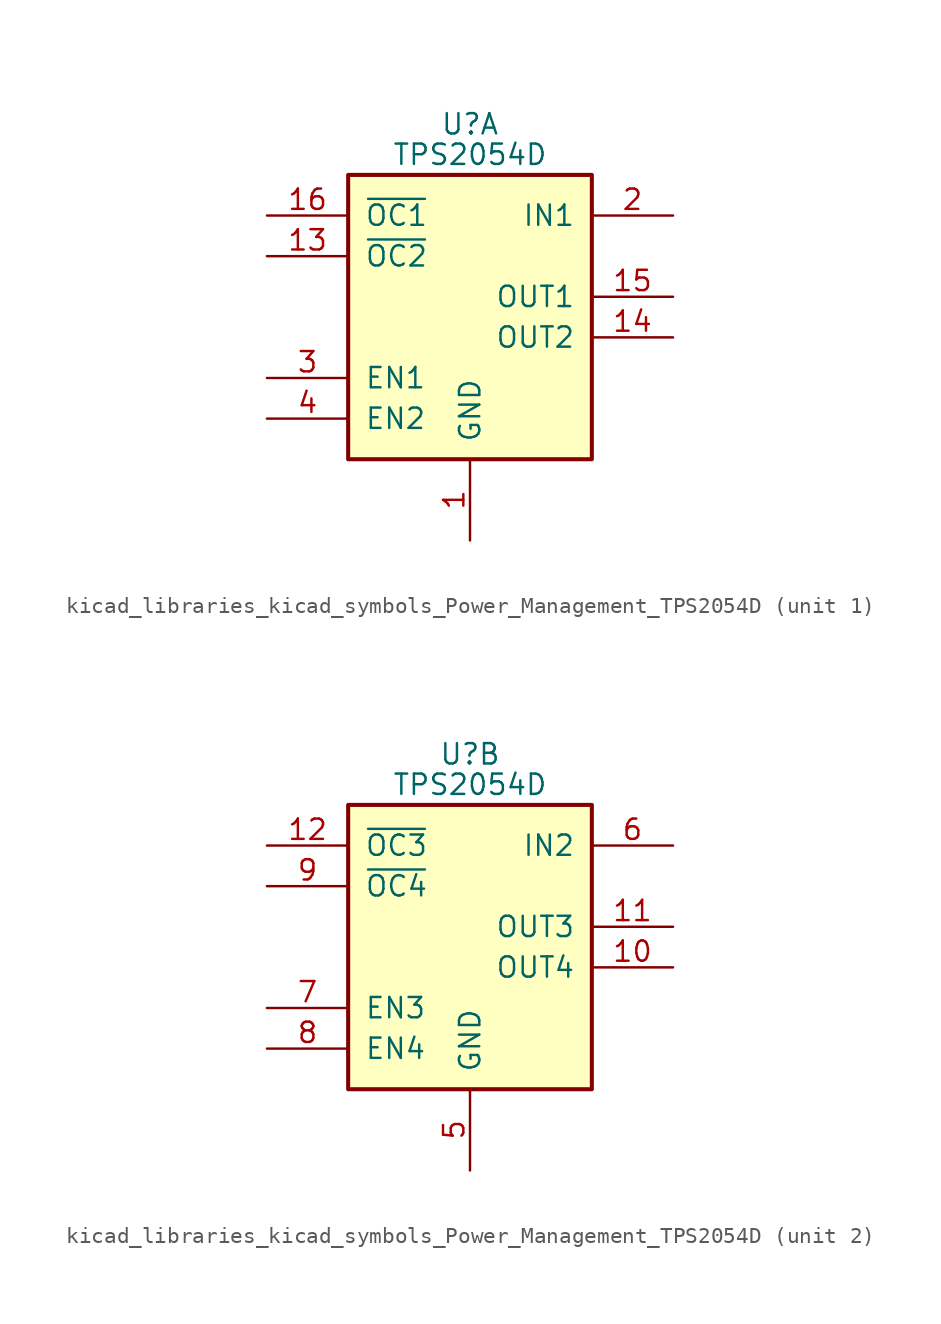
<source format=kicad_sym>
(kicad_symbol_lib
  (version 20220914)
  (generator kicad_symbol_editor)
  (symbol "kicad_libraries_kicad_symbols_Power_Management_TPS2054D"
    (pin_names
      (offset 1.016))
    (property "Reference" "U"
      (at 0 10.795 0)
      (effects (font (size 1.27 1.27))))
    (property "Value" "TPS2054D"
      (at 0 8.89 0)
      (effects (font (size 1.27 1.27))))
    (property "ki_locked" ""
      (at 0 0 0)
      (effects (font (size 1.27 1.27))))
    (symbol "kicad_libraries_kicad_symbols_Power_Management_TPS2054D_0_1"
      (rectangle (start -7.62 7.62) (end 7.62 -10.16) (stroke (width 0.254) (type default)) (fill (type background))))
    (symbol "kicad_libraries_kicad_symbols_Power_Management_TPS2054D_1_1"
      (pin power_in line (at 0 -15.24 90) (length 5.08) (name "GND" (effects (font (size 1.27 1.27)))) (number "1" (effects (font (size 1.27 1.27)))))
      (pin open_collector line (at -12.7 2.54 0) (length 5.08) (name "~{OC2}" (effects (font (size 1.27 1.27)))) (number "13" (effects (font (size 1.27 1.27)))))
      (pin passive line (at 12.7 -2.54 180) (length 5.08) (name "OUT2" (effects (font (size 1.27 1.27)))) (number "14" (effects (font (size 1.27 1.27)))))
      (pin passive line (at 12.7 0 180) (length 5.08) (name "OUT1" (effects (font (size 1.27 1.27)))) (number "15" (effects (font (size 1.27 1.27)))))
      (pin open_collector line (at -12.7 5.08 0) (length 5.08) (name "~{OC1}" (effects (font (size 1.27 1.27)))) (number "16" (effects (font (size 1.27 1.27)))))
      (pin passive line (at 12.7 5.08 180) (length 5.08) (name "IN1" (effects (font (size 1.27 1.27)))) (number "2" (effects (font (size 1.27 1.27)))))
      (pin input line (at -12.7 -5.08 0) (length 5.08) (name "EN1" (effects (font (size 1.27 1.27)))) (number "3" (effects (font (size 1.27 1.27)))))
      (pin input line (at -12.7 -7.62 0) (length 5.08) (name "EN2" (effects (font (size 1.27 1.27)))) (number "4" (effects (font (size 1.27 1.27))))))
    (symbol "kicad_libraries_kicad_symbols_Power_Management_TPS2054D_2_1"
      (pin passive line (at 12.7 -2.54 180) (length 5.08) (name "OUT4" (effects (font (size 1.27 1.27)))) (number "10" (effects (font (size 1.27 1.27)))))
      (pin passive line (at 12.7 0 180) (length 5.08) (name "OUT3" (effects (font (size 1.27 1.27)))) (number "11" (effects (font (size 1.27 1.27)))))
      (pin open_collector line (at -12.7 5.08 0) (length 5.08) (name "~{OC3}" (effects (font (size 1.27 1.27)))) (number "12" (effects (font (size 1.27 1.27)))))
      (pin power_in line (at 0 -15.24 90) (length 5.08) (name "GND" (effects (font (size 1.27 1.27)))) (number "5" (effects (font (size 1.27 1.27)))))
      (pin passive line (at 12.7 5.08 180) (length 5.08) (name "IN2" (effects (font (size 1.27 1.27)))) (number "6" (effects (font (size 1.27 1.27)))))
      (pin input line (at -12.7 -5.08 0) (length 5.08) (name "EN3" (effects (font (size 1.27 1.27)))) (number "7" (effects (font (size 1.27 1.27)))))
      (pin input line (at -12.7 -7.62 0) (length 5.08) (name "EN4" (effects (font (size 1.27 1.27)))) (number "8" (effects (font (size 1.27 1.27)))))
      (pin open_collector line (at -12.7 2.54 0) (length 5.08) (name "~{OC4}" (effects (font (size 1.27 1.27)))) (number "9" (effects (font (size 1.27 1.27))))))))
</source>
